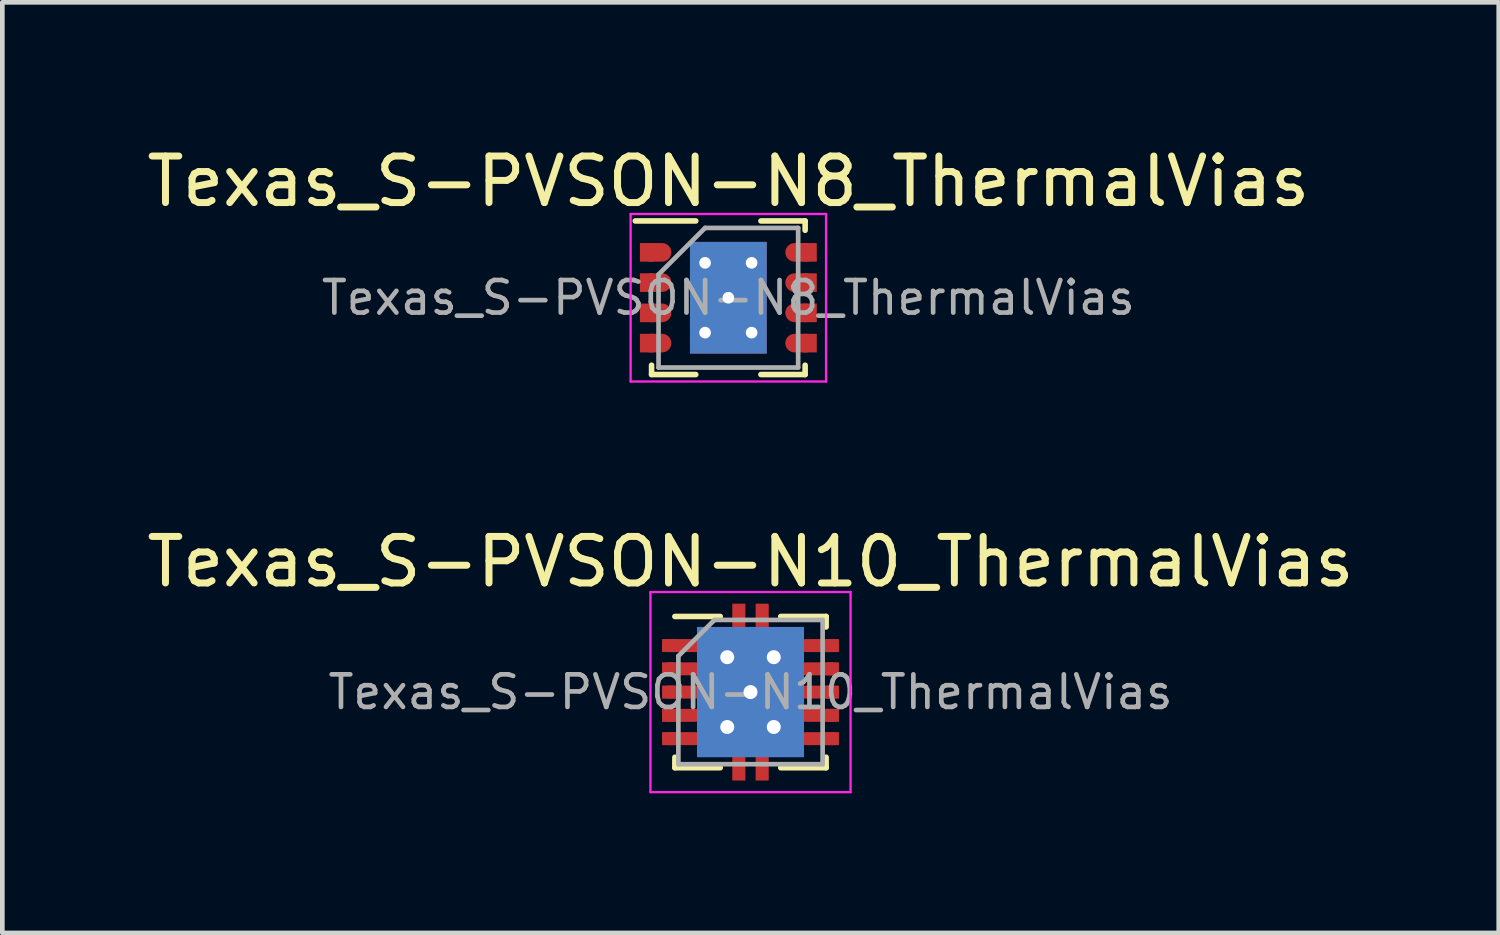
<source format=kicad_pcb>
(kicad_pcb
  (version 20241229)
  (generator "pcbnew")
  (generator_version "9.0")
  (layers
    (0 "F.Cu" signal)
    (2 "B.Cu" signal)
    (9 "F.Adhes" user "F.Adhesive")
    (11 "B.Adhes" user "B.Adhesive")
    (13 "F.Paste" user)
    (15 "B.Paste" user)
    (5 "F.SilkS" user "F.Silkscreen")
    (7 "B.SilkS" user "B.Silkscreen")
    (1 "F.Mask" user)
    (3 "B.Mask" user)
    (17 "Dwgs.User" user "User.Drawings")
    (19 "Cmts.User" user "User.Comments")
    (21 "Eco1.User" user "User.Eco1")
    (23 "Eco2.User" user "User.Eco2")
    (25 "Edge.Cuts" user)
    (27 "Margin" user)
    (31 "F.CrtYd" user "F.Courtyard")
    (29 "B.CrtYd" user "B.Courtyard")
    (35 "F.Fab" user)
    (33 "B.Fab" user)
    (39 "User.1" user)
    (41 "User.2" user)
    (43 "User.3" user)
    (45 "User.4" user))
  (footprint "Texas_S-PVSON-N8_ThermalVias"
    (layer "F.Cu")
    (at 12.601 3.348)
    (property "Reference" "Texas_S-PVSON-N8_ThermalVias" (at 0 -2.5 0) (layer "F.SilkS") (effects (font (size 1 1) (thickness 0.15))))
    (attr smd)
    (fp_line (start -2 -1.65) (end -0.7 -1.65) (stroke (width 0.12) (type solid)) (layer "F.SilkS"))
    (fp_line (start -1.65 1.65) (end -1.65 1.45) (stroke (width 0.12) (type solid)) (layer "F.SilkS"))
    (fp_line (start -1.65 1.65) (end -0.7 1.65) (stroke (width 0.12) (type solid)) (layer "F.SilkS"))
    (fp_line (start 0.7 -1.65) (end 1.65 -1.65) (stroke (width 0.12) (type solid)) (layer "F.SilkS"))
    (fp_line (start 0.7 1.65) (end 1.65 1.65) (stroke (width 0.12) (type solid)) (layer "F.SilkS"))
    (fp_line (start 1.65 -1.45) (end 1.65 -1.65) (stroke (width 0.12) (type solid)) (layer "F.SilkS"))
    (fp_line (start 1.65 1.45) (end 1.65 1.65) (stroke (width 0.12) (type solid)) (layer "F.SilkS"))
    (fp_line (start -2.1 -1.8) (end -2.1 1.8) (stroke (width 0.05) (type solid)) (layer "F.CrtYd"))
    (fp_line (start -2.1 -1.8) (end 2.1 -1.8) (stroke (width 0.05) (type solid)) (layer "F.CrtYd"))
    (fp_line (start -2.1 1.8) (end 2.1 1.8) (stroke (width 0.05) (type solid)) (layer "F.CrtYd"))
    (fp_line (start 2.1 -1.8) (end 2.1 1.8) (stroke (width 0.05) (type solid)) (layer "F.CrtYd"))
    (fp_line (start -1.5 1.5) (end -1.5 -0.5) (stroke (width 0.1) (type solid)) (layer "F.Fab"))
    (fp_line (start -0.5 -1.5) (end -1.5 -0.5) (stroke (width 0.1) (type solid)) (layer "F.Fab"))
    (fp_line (start -0.5 -1.5) (end 1.5 -1.5) (stroke (width 0.1) (type solid)) (layer "F.Fab"))
    (fp_line (start 1.5 -1.5) (end 1.5 1.5) (stroke (width 0.1) (type solid)) (layer "F.Fab"))
    (fp_line (start 1.5 1.5) (end -1.5 1.5) (stroke (width 0.1) (type solid)) (layer "F.Fab"))
    (fp_text user "${REFERENCE}" (at 0 0 0) (layer "F.Fab") (effects (font (size 0.7 0.7) (thickness 0.1))))
    (pad "1" smd rect (at -1.75 -0.975) (size 0.3 0.4) (layers "F.Cu" "F.Mask" "F.Paste"))
    (pad "1" smd oval (at -1.55 -0.975) (size 0.65 0.4) (layers "F.Cu" "F.Mask" "F.Paste"))
    (pad "2" smd rect (at -1.75 -0.325) (size 0.3 0.4) (layers "F.Cu" "F.Mask" "F.Paste"))
    (pad "2" smd oval (at -1.55 -0.325) (size 0.65 0.4) (layers "F.Cu" "F.Mask" "F.Paste"))
    (pad "3" smd rect (at -1.75 0.325) (size 0.3 0.4) (layers "F.Cu" "F.Mask" "F.Paste"))
    (pad "3" smd oval (at -1.55 0.325) (size 0.65 0.4) (layers "F.Cu" "F.Mask" "F.Paste"))
    (pad "4" smd rect (at -1.75 0.975) (size 0.3 0.4) (layers "F.Cu" "F.Mask" "F.Paste"))
    (pad "4" smd oval (at -1.55 0.975) (size 0.65 0.4) (layers "F.Cu" "F.Mask" "F.Paste"))
    (pad "5" smd oval (at 1.55 0.975) (size 0.65 0.4) (layers "F.Cu" "F.Mask" "F.Paste"))
    (pad "5" smd rect (at 1.75 0.975) (size 0.3 0.4) (layers "F.Cu" "F.Mask" "F.Paste"))
    (pad "6" smd oval (at 1.55 0.325) (size 0.65 0.4) (layers "F.Cu" "F.Mask" "F.Paste"))
    (pad "6" smd rect (at 1.75 0.325) (size 0.3 0.4) (layers "F.Cu" "F.Mask" "F.Paste"))
    (pad "7" smd oval (at 1.55 -0.325) (size 0.65 0.4) (layers "F.Cu" "F.Mask" "F.Paste"))
    (pad "7" smd rect (at 1.75 -0.325) (size 0.3 0.4) (layers "F.Cu" "F.Mask" "F.Paste"))
    (pad "8" smd oval (at 1.55 -0.975) (size 0.65 0.4) (layers "F.Cu" "F.Mask" "F.Paste"))
    (pad "8" smd rect (at 1.75 -0.975) (size 0.3 0.4) (layers "F.Cu" "F.Mask" "F.Paste"))
    (pad "9" thru_hole circle (at -0.5 -0.75) (size 0.6 0.6) (drill 0.25) (layers "*.Cu"))
    (pad "9" thru_hole circle (at -0.5 0.75) (size 0.6 0.6) (drill 0.25) (layers "*.Cu"))
    (pad "9" smd rect (at -0.45 -0.625) (size 0.65 1) (layers "F.Cu" "F.Mask" "F.Paste"))
    (pad "9" smd rect (at -0.45 0.625) (size 0.65 1) (layers "F.Cu" "F.Mask" "F.Paste"))
    (pad "9" thru_hole circle (at 0 0) (size 0.6 0.6) (drill 0.25) (layers "*.Cu"))
    (pad "9" smd rect (at 0 0) (size 1.65 2.4) (layers "F.Cu" "F.Mask"))
    (pad "9" smd rect (at 0 0) (size 1.65 2.4) (layers "B.Cu"))
    (pad "9" smd rect (at 0.45 -0.625) (size 0.65 1) (layers "F.Cu" "F.Mask" "F.Paste"))
    (pad "9" smd rect (at 0.45 0.625) (size 0.65 1) (layers "F.Cu" "F.Mask" "F.Paste"))
    (pad "9" thru_hole circle (at 0.5 -0.75) (size 0.6 0.6) (drill 0.25) (layers "*.Cu"))
    (pad "9" thru_hole circle (at 0.5 0.75) (size 0.6 0.6) (drill 0.25) (layers "*.Cu")))
  (footprint "Texas_S-PVSON-N10_ThermalVias"
    (layer "F.Cu")
    (at 13.077 11.822)
    (property "Reference" "Texas_S-PVSON-N10_ThermalVias" (at 0 -2.8 0) (layer "F.SilkS") (effects (font (size 1 1) (thickness 0.15))))
    (attr smd)
    (fp_line (start -1.625 -1.625) (end -0.65 -1.625) (stroke (width 0.12) (type solid)) (layer "F.SilkS"))
    (fp_line (start -1.625 1.625) (end -1.625 1.4) (stroke (width 0.12) (type solid)) (layer "F.SilkS"))
    (fp_line (start -1.625 1.625) (end -0.65 1.625) (stroke (width 0.12) (type solid)) (layer "F.SilkS"))
    (fp_line (start 0.65 -1.625) (end 1.625 -1.625) (stroke (width 0.12) (type solid)) (layer "F.SilkS"))
    (fp_line (start 0.65 1.625) (end 1.625 1.625) (stroke (width 0.12) (type solid)) (layer "F.SilkS"))
    (fp_line (start 1.625 -1.4) (end 1.625 -1.625) (stroke (width 0.12) (type solid)) (layer "F.SilkS"))
    (fp_line (start 1.625 1.4) (end 1.625 1.625) (stroke (width 0.12) (type solid)) (layer "F.SilkS"))
    (fp_line (start -2.15 -2.15) (end -2.15 2.15) (stroke (width 0.05) (type solid)) (layer "F.CrtYd"))
    (fp_line (start -2.15 -2.15) (end 2.15 -2.15) (stroke (width 0.05) (type solid)) (layer "F.CrtYd"))
    (fp_line (start -2.15 2.15) (end 2.15 2.15) (stroke (width 0.05) (type solid)) (layer "F.CrtYd"))
    (fp_line (start 2.15 -2.15) (end 2.15 2.15) (stroke (width 0.05) (type solid)) (layer "F.CrtYd"))
    (fp_line (start -1.55 1.55) (end -1.55 -0.775) (stroke (width 0.1) (type solid)) (layer "F.Fab"))
    (fp_line (start -0.775 -1.55) (end -1.55 -0.775) (stroke (width 0.1) (type solid)) (layer "F.Fab"))
    (fp_line (start -0.775 -1.55) (end 1.55 -1.55) (stroke (width 0.1) (type solid)) (layer "F.Fab"))
    (fp_line (start 1.55 -1.55) (end 1.55 1.55) (stroke (width 0.1) (type solid)) (layer "F.Fab"))
    (fp_line (start 1.55 1.55) (end -1.55 1.55) (stroke (width 0.1) (type solid)) (layer "F.Fab"))
    (fp_text user "${REFERENCE}" (at 0 0 0) (layer "F.Fab") (effects (font (size 0.7 0.7) (thickness 0.1))))
    (pad "1" smd rect (at -1.76 -1) (size 0.28 0.28) (layers "F.Cu" "F.Mask" "F.Paste"))
    (pad "1" smd oval (at -1.475 -1) (size 0.85 0.28) (layers "F.Cu" "F.Mask" "F.Paste"))
    (pad "2" smd rect (at -1.76 -0.5) (size 0.28 0.28) (layers "F.Cu" "F.Mask" "F.Paste"))
    (pad "2" smd oval (at -1.475 -0.5) (size 0.85 0.28) (layers "F.Cu" "F.Mask" "F.Paste"))
    (pad "3" smd rect (at -1.76 0) (size 0.28 0.28) (layers "F.Cu" "F.Mask" "F.Paste"))
    (pad "3" smd oval (at -1.475 0) (size 0.85 0.28) (layers "F.Cu" "F.Mask" "F.Paste"))
    (pad "4" smd rect (at -1.76 0.5) (size 0.28 0.28) (layers "F.Cu" "F.Mask" "F.Paste"))
    (pad "4" smd oval (at -1.475 0.5) (size 0.85 0.28) (layers "F.Cu" "F.Mask" "F.Paste"))
    (pad "5" smd rect (at -1.76 1) (size 0.28 0.28) (layers "F.Cu" "F.Mask" "F.Paste"))
    (pad "5" smd oval (at -1.475 1) (size 0.85 0.28) (layers "F.Cu" "F.Mask" "F.Paste"))
    (pad "6" smd oval (at 1.475 1) (size 0.85 0.28) (layers "F.Cu" "F.Mask" "F.Paste"))
    (pad "6" smd rect (at 1.76 1) (size 0.28 0.28) (layers "F.Cu" "F.Mask" "F.Paste"))
    (pad "7" smd oval (at 1.475 0.5) (size 0.85 0.28) (layers "F.Cu" "F.Mask" "F.Paste"))
    (pad "7" smd rect (at 1.76 0.5) (size 0.28 0.28) (layers "F.Cu" "F.Mask" "F.Paste"))
    (pad "8" smd oval (at 1.475 0) (size 0.85 0.28) (layers "F.Cu" "F.Mask" "F.Paste"))
    (pad "8" smd rect (at 1.76 0) (size 0.28 0.28) (layers "F.Cu" "F.Mask" "F.Paste"))
    (pad "9" smd oval (at 1.475 -0.5) (size 0.85 0.28) (layers "F.Cu" "F.Mask" "F.Paste"))
    (pad "9" smd rect (at 1.76 -0.5) (size 0.28 0.28) (layers "F.Cu" "F.Mask" "F.Paste"))
    (pad "10" smd oval (at 1.475 -1) (size 0.85 0.28) (layers "F.Cu" "F.Mask" "F.Paste"))
    (pad "10" smd rect (at 1.76 -1) (size 0.28 0.28) (layers "F.Cu" "F.Mask" "F.Paste"))
    (pad "11" thru_hole circle (at -0.5 -0.75) (size 0.6 0.6) (drill 0.3) (layers "*.Cu" "*.Mask"))
    (pad "11" thru_hole circle (at -0.5 0.75) (size 0.6 0.6) (drill 0.3) (layers "*.Cu" "*.Mask"))
    (pad "11" smd rect (at -0.45 -0.635) (size 0.68 1.05) (layers "F.Cu" "F.Mask" "F.Paste"))
    (pad "11" smd rect (at -0.45 0.635) (size 0.68 1.05) (layers "F.Cu" "F.Mask" "F.Paste"))
    (pad "11" smd rect (at -0.25 -1.63) (size 0.26 0.5) (layers "F.Cu" "F.Mask" "F.Paste"))
    (pad "11" smd rect (at -0.25 -1.55) (size 0.28 0.7) (layers "F.Cu" "F.Mask"))
    (pad "11" smd rect (at -0.25 1.55) (size 0.28 0.7) (layers "F.Cu" "F.Mask"))
    (pad "11" smd rect (at -0.25 1.63) (size 0.26 0.5) (layers "F.Cu" "F.Mask" "F.Paste"))
    (pad "11" thru_hole circle (at 0 0) (size 0.6 0.6) (drill 0.3) (layers "*.Cu" "*.Mask"))
    (pad "11" smd rect (at 0 0) (size 1.65 2.4) (layers "F.Cu" "F.Mask"))
    (pad "11" smd rect (at 0 0) (size 2.3 2.8) (layers "B.Cu"))
    (pad "11" smd rect (at 0.25 -1.63) (size 0.26 0.5) (layers "F.Cu" "F.Mask" "F.Paste"))
    (pad "11" smd rect (at 0.25 -1.55) (size 0.28 0.7) (layers "F.Cu" "F.Mask"))
    (pad "11" smd rect (at 0.25 1.55) (size 0.28 0.7) (layers "F.Cu" "F.Mask"))
    (pad "11" smd rect (at 0.25 1.63) (size 0.26 0.5) (layers "F.Cu" "F.Mask" "F.Paste"))
    (pad "11" smd rect (at 0.45 -0.635) (size 0.68 1.05) (layers "F.Cu" "F.Mask" "F.Paste"))
    (pad "11" smd rect (at 0.45 0.635) (size 0.68 1.05) (layers "F.Cu" "F.Mask" "F.Paste"))
    (pad "11" thru_hole circle (at 0.5 -0.75) (size 0.6 0.6) (drill 0.3) (layers "*.Cu" "*.Mask"))
    (pad "11" thru_hole circle (at 0.5 0.75) (size 0.6 0.6) (drill 0.3) (layers "*.Cu" "*.Mask")))
  (gr_rect
    (start -3 -3)
    (end 29.155 16.997)
    (stroke (width 0.1) (type default))
    (fill no)
    (layer "Edge.Cuts")))
</source>
